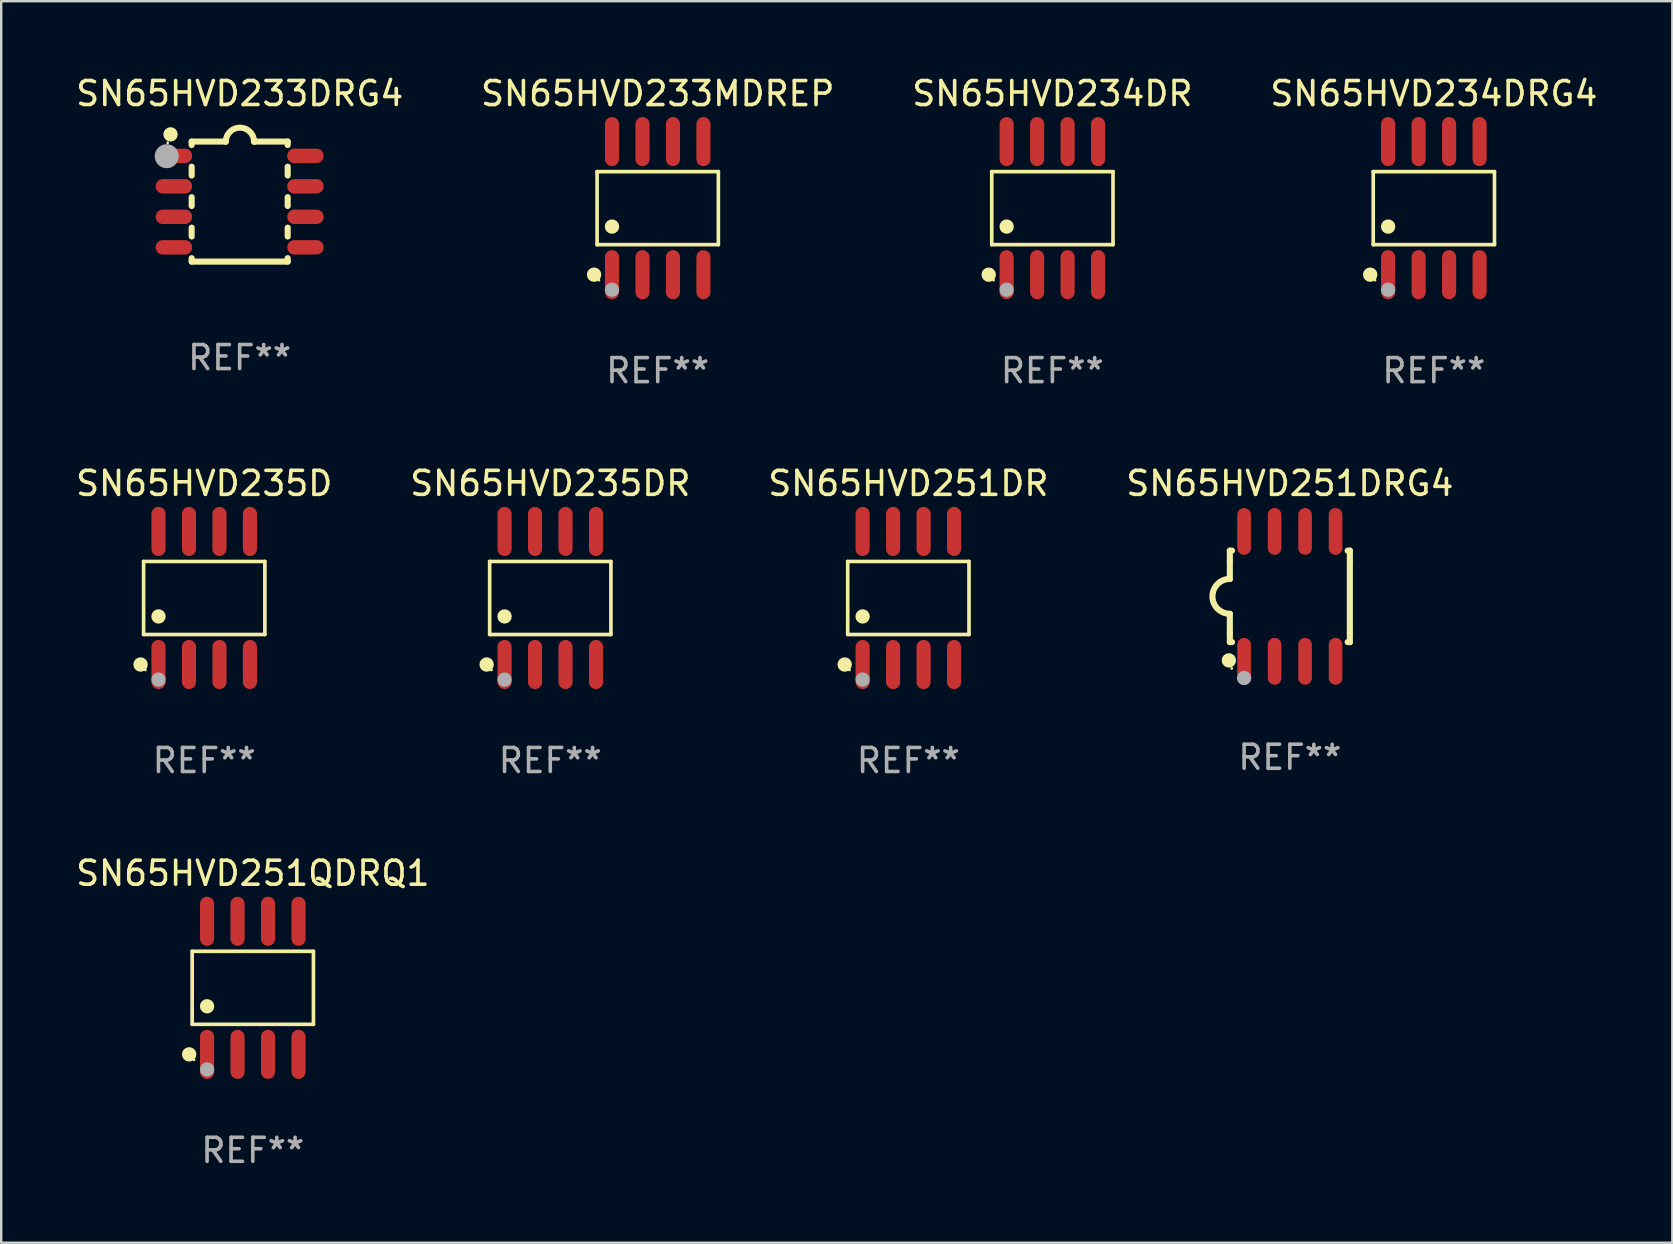
<source format=kicad_pcb>
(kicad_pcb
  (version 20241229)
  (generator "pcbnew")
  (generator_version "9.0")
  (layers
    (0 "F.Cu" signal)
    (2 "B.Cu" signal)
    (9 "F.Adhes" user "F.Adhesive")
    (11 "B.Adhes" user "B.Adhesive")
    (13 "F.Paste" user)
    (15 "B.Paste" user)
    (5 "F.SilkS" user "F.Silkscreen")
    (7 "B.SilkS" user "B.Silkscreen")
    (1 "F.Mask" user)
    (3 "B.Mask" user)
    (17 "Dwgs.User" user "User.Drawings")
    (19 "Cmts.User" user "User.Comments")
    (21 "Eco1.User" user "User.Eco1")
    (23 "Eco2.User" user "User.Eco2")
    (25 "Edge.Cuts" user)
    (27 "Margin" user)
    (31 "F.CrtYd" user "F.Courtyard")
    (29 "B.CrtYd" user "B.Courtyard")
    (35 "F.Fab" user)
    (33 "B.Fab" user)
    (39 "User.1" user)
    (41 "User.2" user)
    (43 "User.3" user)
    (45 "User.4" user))
  (footprint "SN65HVD233MDREP"
    (layer "F.Cu")
    (at 24.351 5.621)
    (property "Reference" "SN65HVD233MDREP" (at 0 -4.772 0) (layer "F.SilkS") (effects (font (size 1 1) (thickness 0.15))))
    (attr through_hole)
    (fp_line (start -2.526 -1.521) (end 2.526 -1.521) (stroke (width 0.152) (type solid)) (layer "F.SilkS"))
    (fp_line (start -2.526 1.521) (end -2.526 -1.521) (stroke (width 0.152) (type solid)) (layer "F.SilkS"))
    (fp_line (start 2.526 -1.521) (end 2.526 1.521) (stroke (width 0.152) (type solid)) (layer "F.SilkS"))
    (fp_line (start 2.526 1.521) (end -2.526 1.521) (stroke (width 0.152) (type solid)) (layer "F.SilkS"))
    (fp_circle (center -2.652 2.772) (end -2.501 2.772) (stroke (width 0.3) (type solid)) (fill no) (layer "F.SilkS"))
    (fp_circle (center -2.45 3) (end -2.42 3) (stroke (width 0.06) (type solid)) (fill no) (layer "F.SilkS"))
    (fp_circle (center -1.905 0.769) (end -1.755 0.769) (stroke (width 0.3) (type solid)) (fill no) (layer "F.SilkS"))
    (fp_circle (center -1.905 3.4) (end -1.755 3.4) (stroke (width 0.3) (type solid)) (fill no) (layer "F.Fab"))
    (fp_text user "REF**" (at 0 6.772 0) (layer "F.Fab") (effects (font (size 1 1) (thickness 0.15))))
    (pad "1" smd oval (at -1.905 2.772) (size 0.588 2.045) (layers "F.Cu" "F.Mask" "F.Paste"))
    (pad "2" smd oval (at -0.635 2.772) (size 0.588 2.045) (layers "F.Cu" "F.Mask" "F.Paste"))
    (pad "3" smd oval (at 0.635 2.772) (size 0.588 2.045) (layers "F.Cu" "F.Mask" "F.Paste"))
    (pad "4" smd oval (at 1.905 2.772) (size 0.588 2.045) (layers "F.Cu" "F.Mask" "F.Paste"))
    (pad "5" smd oval (at 1.905 -2.772) (size 0.588 2.045) (layers "F.Cu" "F.Mask" "F.Paste"))
    (pad "6" smd oval (at 0.635 -2.772) (size 0.588 2.045) (layers "F.Cu" "F.Mask" "F.Paste"))
    (pad "7" smd oval (at -0.635 -2.772) (size 0.588 2.045) (layers "F.Cu" "F.Mask" "F.Paste"))
    (pad "8" smd oval (at -1.905 -2.772) (size 0.588 2.045) (layers "F.Cu" "F.Mask" "F.Paste")))
  (footprint "SN65HVD235DR"
    (layer "F.Cu")
    (at 19.875 21.862)
    (property "Reference" "SN65HVD235DR" (at 0 -4.772 0) (layer "F.SilkS") (effects (font (size 1 1) (thickness 0.15))))
    (attr through_hole)
    (fp_line (start -2.526 -1.521) (end 2.526 -1.521) (stroke (width 0.152) (type solid)) (layer "F.SilkS"))
    (fp_line (start -2.526 1.521) (end -2.526 -1.521) (stroke (width 0.152) (type solid)) (layer "F.SilkS"))
    (fp_line (start 2.526 -1.521) (end 2.526 1.521) (stroke (width 0.152) (type solid)) (layer "F.SilkS"))
    (fp_line (start 2.526 1.521) (end -2.526 1.521) (stroke (width 0.152) (type solid)) (layer "F.SilkS"))
    (fp_circle (center -2.652 2.772) (end -2.501 2.772) (stroke (width 0.3) (type solid)) (fill no) (layer "F.SilkS"))
    (fp_circle (center -2.45 3) (end -2.42 3) (stroke (width 0.06) (type solid)) (fill no) (layer "F.SilkS"))
    (fp_circle (center -1.905 0.769) (end -1.755 0.769) (stroke (width 0.3) (type solid)) (fill no) (layer "F.SilkS"))
    (fp_circle (center -1.905 3.4) (end -1.755 3.4) (stroke (width 0.3) (type solid)) (fill no) (layer "F.Fab"))
    (fp_text user "REF**" (at 0 6.772 0) (layer "F.Fab") (effects (font (size 1 1) (thickness 0.15))))
    (pad "1" smd oval (at -1.905 2.772) (size 0.588 2.045) (layers "F.Cu" "F.Mask" "F.Paste"))
    (pad "2" smd oval (at -0.635 2.772) (size 0.588 2.045) (layers "F.Cu" "F.Mask" "F.Paste"))
    (pad "3" smd oval (at 0.635 2.772) (size 0.588 2.045) (layers "F.Cu" "F.Mask" "F.Paste"))
    (pad "4" smd oval (at 1.905 2.772) (size 0.588 2.045) (layers "F.Cu" "F.Mask" "F.Paste"))
    (pad "5" smd oval (at 1.905 -2.772) (size 0.588 2.045) (layers "F.Cu" "F.Mask" "F.Paste"))
    (pad "6" smd oval (at 0.635 -2.772) (size 0.588 2.045) (layers "F.Cu" "F.Mask" "F.Paste"))
    (pad "7" smd oval (at -0.635 -2.772) (size 0.588 2.045) (layers "F.Cu" "F.Mask" "F.Paste"))
    (pad "8" smd oval (at -1.905 -2.772) (size 0.588 2.045) (layers "F.Cu" "F.Mask" "F.Paste")))
  (footprint "SN65HVD251QDRQ1"
    (layer "F.Cu")
    (at 7.482 38.103)
    (property "Reference" "SN65HVD251QDRQ1" (at 0 -4.772 0) (layer "F.SilkS") (effects (font (size 1 1) (thickness 0.15))))
    (attr through_hole)
    (fp_line (start -2.526 -1.521) (end 2.526 -1.521) (stroke (width 0.152) (type solid)) (layer "F.SilkS"))
    (fp_line (start -2.526 1.521) (end -2.526 -1.521) (stroke (width 0.152) (type solid)) (layer "F.SilkS"))
    (fp_line (start 2.526 -1.521) (end 2.526 1.521) (stroke (width 0.152) (type solid)) (layer "F.SilkS"))
    (fp_line (start 2.526 1.521) (end -2.526 1.521) (stroke (width 0.152) (type solid)) (layer "F.SilkS"))
    (fp_circle (center -2.652 2.772) (end -2.501 2.772) (stroke (width 0.3) (type solid)) (fill no) (layer "F.SilkS"))
    (fp_circle (center -2.45 3) (end -2.42 3) (stroke (width 0.06) (type solid)) (fill no) (layer "F.SilkS"))
    (fp_circle (center -1.905 0.769) (end -1.755 0.769) (stroke (width 0.3) (type solid)) (fill no) (layer "F.SilkS"))
    (fp_circle (center -1.905 3.4) (end -1.755 3.4) (stroke (width 0.3) (type solid)) (fill no) (layer "F.Fab"))
    (fp_text user "REF**" (at 0 6.772 0) (layer "F.Fab") (effects (font (size 1 1) (thickness 0.15))))
    (pad "1" smd oval (at -1.905 2.772) (size 0.588 2.045) (layers "F.Cu" "F.Mask" "F.Paste"))
    (pad "2" smd oval (at -0.635 2.772) (size 0.588 2.045) (layers "F.Cu" "F.Mask" "F.Paste"))
    (pad "3" smd oval (at 0.635 2.772) (size 0.588 2.045) (layers "F.Cu" "F.Mask" "F.Paste"))
    (pad "4" smd oval (at 1.905 2.772) (size 0.588 2.045) (layers "F.Cu" "F.Mask" "F.Paste"))
    (pad "5" smd oval (at 1.905 -2.772) (size 0.588 2.045) (layers "F.Cu" "F.Mask" "F.Paste"))
    (pad "6" smd oval (at 0.635 -2.772) (size 0.588 2.045) (layers "F.Cu" "F.Mask" "F.Paste"))
    (pad "7" smd oval (at -0.635 -2.772) (size 0.588 2.045) (layers "F.Cu" "F.Mask" "F.Paste"))
    (pad "8" smd oval (at -1.905 -2.772) (size 0.588 2.045) (layers "F.Cu" "F.Mask" "F.Paste")))
  (footprint "SN65HVD251DRG4"
    (layer "F.Cu")
    (at 50.685 21.795)
    (property "Reference" "SN65HVD251DRG4" (at 0 -4.705 0) (layer "F.SilkS") (effects (font (size 1 1) (thickness 0.15))))
    (attr through_hole)
    (fp_line (start -2.5 -1.905) (end -2.409 -1.905) (stroke (width 0.254) (type solid)) (layer "F.SilkS"))
    (fp_line (start -2.5 -1.5) (end -2.5 -1.905) (stroke (width 0.254) (type solid)) (layer "F.SilkS"))
    (fp_line (start -2.5 -1.5) (end -2.5 -0.726) (stroke (width 0.254) (type solid)) (layer "F.SilkS"))
    (fp_line (start -2.5 1.5) (end -2.5 0.727) (stroke (width 0.254) (type solid)) (layer "F.SilkS"))
    (fp_line (start -2.5 1.5) (end -2.5 1.905) (stroke (width 0.254) (type solid)) (layer "F.SilkS"))
    (fp_line (start -2.5 1.905) (end -2.409 1.905) (stroke (width 0.254) (type solid)) (layer "F.SilkS"))
    (fp_line (start 2.5 -1.905) (end 2.409 -1.905) (stroke (width 0.254) (type solid)) (layer "F.SilkS"))
    (fp_line (start 2.5 -1.5) (end 2.5 -1.905) (stroke (width 0.254) (type solid)) (layer "F.SilkS"))
    (fp_line (start 2.5 -1.5) (end 2.5 1.5) (stroke (width 0.254) (type solid)) (layer "F.SilkS"))
    (fp_line (start 2.5 1.5) (end 2.5 1.905) (stroke (width 0.254) (type solid)) (layer "F.SilkS"))
    (fp_line (start 2.5 1.905) (end 2.409 1.905) (stroke (width 0.254) (type solid)) (layer "F.SilkS"))
    (fp_arc (start -2.5 0.726568) (mid -3.220316 -0.0023) (end -2.495097 -0.726289) (stroke (width 0.254001) (type solid)) (layer "F.SilkS"))
    (fp_circle (center -2.54 2.667) (end -2.39 2.667) (stroke (width 0.3) (type solid)) (fill no) (layer "F.SilkS"))
    (fp_circle (center -2.42 3) (end -2.39 3) (stroke (width 0.06) (type solid)) (fill no) (layer "F.SilkS"))
    (fp_circle (center -1.905 3.4) (end -1.755 3.4) (stroke (width 0.3) (type solid)) (fill no) (layer "F.Fab"))
    (fp_text user "REF**" (at 0 6.705 0) (layer "F.Fab") (effects (font (size 1 1) (thickness 0.15))))
    (pad "1" smd oval (at -1.905 2.705) (size 0.568 1.95) (layers "F.Cu" "F.Mask" "F.Paste"))
    (pad "2" smd oval (at -0.635 2.705) (size 0.568 1.95) (layers "F.Cu" "F.Mask" "F.Paste"))
    (pad "3" smd oval (at 0.635 2.705) (size 0.568 1.95) (layers "F.Cu" "F.Mask" "F.Paste"))
    (pad "4" smd oval (at 1.905 2.705) (size 0.568 1.95) (layers "F.Cu" "F.Mask" "F.Paste"))
    (pad "5" smd oval (at 1.905 -2.705) (size 0.568 1.95) (layers "F.Cu" "F.Mask" "F.Paste"))
    (pad "6" smd oval (at 0.635 -2.705) (size 0.568 1.95) (layers "F.Cu" "F.Mask" "F.Paste"))
    (pad "7" smd oval (at -0.635 -2.705) (size 0.568 1.95) (layers "F.Cu" "F.Mask" "F.Paste"))
    (pad "8" smd oval (at -1.905 -2.705) (size 0.568 1.95) (layers "F.Cu" "F.Mask" "F.Paste")))
  (footprint "SN65HVD234DRG4"
    (layer "F.Cu")
    (at 56.685 5.621)
    (property "Reference" "SN65HVD234DRG4" (at 0 -4.772 0) (layer "F.SilkS") (effects (font (size 1 1) (thickness 0.15))))
    (attr through_hole)
    (fp_line (start -2.526 -1.521) (end 2.526 -1.521) (stroke (width 0.152) (type solid)) (layer "F.SilkS"))
    (fp_line (start -2.526 1.521) (end -2.526 -1.521) (stroke (width 0.152) (type solid)) (layer "F.SilkS"))
    (fp_line (start 2.526 -1.521) (end 2.526 1.521) (stroke (width 0.152) (type solid)) (layer "F.SilkS"))
    (fp_line (start 2.526 1.521) (end -2.526 1.521) (stroke (width 0.152) (type solid)) (layer "F.SilkS"))
    (fp_circle (center -2.652 2.772) (end -2.501 2.772) (stroke (width 0.3) (type solid)) (fill no) (layer "F.SilkS"))
    (fp_circle (center -2.45 3) (end -2.42 3) (stroke (width 0.06) (type solid)) (fill no) (layer "F.SilkS"))
    (fp_circle (center -1.905 0.769) (end -1.755 0.769) (stroke (width 0.3) (type solid)) (fill no) (layer "F.SilkS"))
    (fp_circle (center -1.905 3.4) (end -1.755 3.4) (stroke (width 0.3) (type solid)) (fill no) (layer "F.Fab"))
    (fp_text user "REF**" (at 0 6.772 0) (layer "F.Fab") (effects (font (size 1 1) (thickness 0.15))))
    (pad "1" smd oval (at -1.905 2.772) (size 0.588 2.045) (layers "F.Cu" "F.Mask" "F.Paste"))
    (pad "2" smd oval (at -0.635 2.772) (size 0.588 2.045) (layers "F.Cu" "F.Mask" "F.Paste"))
    (pad "3" smd oval (at 0.635 2.772) (size 0.588 2.045) (layers "F.Cu" "F.Mask" "F.Paste"))
    (pad "4" smd oval (at 1.905 2.772) (size 0.588 2.045) (layers "F.Cu" "F.Mask" "F.Paste"))
    (pad "5" smd oval (at 1.905 -2.772) (size 0.588 2.045) (layers "F.Cu" "F.Mask" "F.Paste"))
    (pad "6" smd oval (at 0.635 -2.772) (size 0.588 2.045) (layers "F.Cu" "F.Mask" "F.Paste"))
    (pad "7" smd oval (at -0.635 -2.772) (size 0.588 2.045) (layers "F.Cu" "F.Mask" "F.Paste"))
    (pad "8" smd oval (at -1.905 -2.772) (size 0.588 2.045) (layers "F.Cu" "F.Mask" "F.Paste")))
  (footprint "SN65HVD235D"
    (layer "F.Cu")
    (at 5.458 21.862)
    (property "Reference" "SN65HVD235D" (at 0 -4.772 0) (layer "F.SilkS") (effects (font (size 1 1) (thickness 0.15))))
    (attr through_hole)
    (fp_line (start -2.526 -1.521) (end 2.526 -1.521) (stroke (width 0.152) (type solid)) (layer "F.SilkS"))
    (fp_line (start -2.526 1.521) (end -2.526 -1.521) (stroke (width 0.152) (type solid)) (layer "F.SilkS"))
    (fp_line (start 2.526 -1.521) (end 2.526 1.521) (stroke (width 0.152) (type solid)) (layer "F.SilkS"))
    (fp_line (start 2.526 1.521) (end -2.526 1.521) (stroke (width 0.152) (type solid)) (layer "F.SilkS"))
    (fp_circle (center -2.652 2.772) (end -2.501 2.772) (stroke (width 0.3) (type solid)) (fill no) (layer "F.SilkS"))
    (fp_circle (center -2.45 3) (end -2.42 3) (stroke (width 0.06) (type solid)) (fill no) (layer "F.SilkS"))
    (fp_circle (center -1.905 0.769) (end -1.755 0.769) (stroke (width 0.3) (type solid)) (fill no) (layer "F.SilkS"))
    (fp_circle (center -1.905 3.4) (end -1.755 3.4) (stroke (width 0.3) (type solid)) (fill no) (layer "F.Fab"))
    (fp_text user "REF**" (at 0 6.772 0) (layer "F.Fab") (effects (font (size 1 1) (thickness 0.15))))
    (pad "1" smd oval (at -1.905 2.772) (size 0.588 2.045) (layers "F.Cu" "F.Mask" "F.Paste"))
    (pad "2" smd oval (at -0.635 2.772) (size 0.588 2.045) (layers "F.Cu" "F.Mask" "F.Paste"))
    (pad "3" smd oval (at 0.635 2.772) (size 0.588 2.045) (layers "F.Cu" "F.Mask" "F.Paste"))
    (pad "4" smd oval (at 1.905 2.772) (size 0.588 2.045) (layers "F.Cu" "F.Mask" "F.Paste"))
    (pad "5" smd oval (at 1.905 -2.772) (size 0.588 2.045) (layers "F.Cu" "F.Mask" "F.Paste"))
    (pad "6" smd oval (at 0.635 -2.772) (size 0.588 2.045) (layers "F.Cu" "F.Mask" "F.Paste"))
    (pad "7" smd oval (at -0.635 -2.772) (size 0.588 2.045) (layers "F.Cu" "F.Mask" "F.Paste"))
    (pad "8" smd oval (at -1.905 -2.772) (size 0.588 2.045) (layers "F.Cu" "F.Mask" "F.Paste")))
  (footprint "SN65HVD233DRG4"
    (layer "F.Cu")
    (at 6.935 5.348)
    (property "Reference" "SN65HVD233DRG4" (at 0 -4.5 0) (layer "F.SilkS") (effects (font (size 1 1) (thickness 0.15))))
    (attr through_hole)
    (fp_line (start -2 -2.5) (end -2 -2.356) (stroke (width 0.254) (type solid)) (layer "F.SilkS"))
    (fp_line (start -2 -1.454) (end -2 -1.086) (stroke (width 0.254) (type solid)) (layer "F.SilkS"))
    (fp_line (start -2 -0.184) (end -2 0.184) (stroke (width 0.254) (type solid)) (layer "F.SilkS"))
    (fp_line (start -2 1.086) (end -2 1.454) (stroke (width 0.254) (type solid)) (layer "F.SilkS"))
    (fp_line (start -2 2.356) (end -2 2.5) (stroke (width 0.254) (type solid)) (layer "F.SilkS"))
    (fp_line (start -0.58 -2.5) (end -2 -2.5) (stroke (width 0.254) (type solid)) (layer "F.SilkS"))
    (fp_line (start 2 -2.5) (end 0.6 -2.5) (stroke (width 0.254) (type solid)) (layer "F.SilkS"))
    (fp_line (start 2 -2.5) (end 2 -2.356) (stroke (width 0.254) (type solid)) (layer "F.SilkS"))
    (fp_line (start 2 -1.454) (end 2 -1.086) (stroke (width 0.254) (type solid)) (layer "F.SilkS"))
    (fp_line (start 2 -0.184) (end 2 0.184) (stroke (width 0.254) (type solid)) (layer "F.SilkS"))
    (fp_line (start 2 1.086) (end 2 1.454) (stroke (width 0.254) (type solid)) (layer "F.SilkS"))
    (fp_line (start 2 2.356) (end 2 2.5) (stroke (width 0.254) (type solid)) (layer "F.SilkS"))
    (fp_line (start 2 2.5) (end -2 2.5) (stroke (width 0.254) (type solid)) (layer "F.SilkS"))
    (fp_arc (start -0.579908 -2.489992) (mid 0.010097 -3.07831) (end 0.600102 -2.489992) (stroke (width 0.254001) (type solid)) (layer "F.SilkS"))
    (fp_circle (center -3 -2.45) (end -2.97 -2.45) (stroke (width 0.06) (type solid)) (fill no) (layer "F.SilkS"))
    (fp_circle (center -2.88 -2.8) (end -2.73 -2.8) (stroke (width 0.3) (type solid)) (fill no) (layer "F.SilkS"))
    (fp_circle (center -3.04 -1.89) (end -2.79 -1.89) (stroke (width 0.5) (type solid)) (fill no) (layer "F.Fab"))
    (fp_text user "REF**" (at 0 6.5 0) (layer "F.Fab") (effects (font (size 1 1) (thickness 0.15))))
    (pad "1" smd oval (at -2.74 -1.905 90) (size 0.6 1.52) (layers "F.Cu" "F.Mask" "F.Paste"))
    (pad "2" smd oval (at -2.74 -0.635 90) (size 0.6 1.52) (layers "F.Cu" "F.Mask" "F.Paste"))
    (pad "3" smd oval (at -2.74 0.635 90) (size 0.6 1.52) (layers "F.Cu" "F.Mask" "F.Paste"))
    (pad "4" smd oval (at -2.74 1.905 90) (size 0.6 1.52) (layers "F.Cu" "F.Mask" "F.Paste"))
    (pad "5" smd oval (at 2.74 1.905 90) (size 0.6 1.52) (layers "F.Cu" "F.Mask" "F.Paste"))
    (pad "6" smd oval (at 2.74 0.635 90) (size 0.6 1.52) (layers "F.Cu" "F.Mask" "F.Paste"))
    (pad "7" smd oval (at 2.74 -0.635 90) (size 0.6 1.52) (layers "F.Cu" "F.Mask" "F.Paste"))
    (pad "8" smd oval (at 2.74 -1.905 90) (size 0.6 1.52) (layers "F.Cu" "F.Mask" "F.Paste")))
  (footprint "SN65HVD251DR"
    (layer "F.Cu")
    (at 34.792 21.862)
    (property "Reference" "SN65HVD251DR" (at 0 -4.772 0) (layer "F.SilkS") (effects (font (size 1 1) (thickness 0.15))))
    (attr through_hole)
    (fp_line (start -2.526 -1.521) (end 2.526 -1.521) (stroke (width 0.152) (type solid)) (layer "F.SilkS"))
    (fp_line (start -2.526 1.521) (end -2.526 -1.521) (stroke (width 0.152) (type solid)) (layer "F.SilkS"))
    (fp_line (start 2.526 -1.521) (end 2.526 1.521) (stroke (width 0.152) (type solid)) (layer "F.SilkS"))
    (fp_line (start 2.526 1.521) (end -2.526 1.521) (stroke (width 0.152) (type solid)) (layer "F.SilkS"))
    (fp_circle (center -2.652 2.772) (end -2.501 2.772) (stroke (width 0.3) (type solid)) (fill no) (layer "F.SilkS"))
    (fp_circle (center -2.45 3) (end -2.42 3) (stroke (width 0.06) (type solid)) (fill no) (layer "F.SilkS"))
    (fp_circle (center -1.905 0.769) (end -1.755 0.769) (stroke (width 0.3) (type solid)) (fill no) (layer "F.SilkS"))
    (fp_circle (center -1.905 3.4) (end -1.755 3.4) (stroke (width 0.3) (type solid)) (fill no) (layer "F.Fab"))
    (fp_text user "REF**" (at 0 6.772 0) (layer "F.Fab") (effects (font (size 1 1) (thickness 0.15))))
    (pad "1" smd oval (at -1.905 2.772) (size 0.588 2.045) (layers "F.Cu" "F.Mask" "F.Paste"))
    (pad "2" smd oval (at -0.635 2.772) (size 0.588 2.045) (layers "F.Cu" "F.Mask" "F.Paste"))
    (pad "3" smd oval (at 0.635 2.772) (size 0.588 2.045) (layers "F.Cu" "F.Mask" "F.Paste"))
    (pad "4" smd oval (at 1.905 2.772) (size 0.588 2.045) (layers "F.Cu" "F.Mask" "F.Paste"))
    (pad "5" smd oval (at 1.905 -2.772) (size 0.588 2.045) (layers "F.Cu" "F.Mask" "F.Paste"))
    (pad "6" smd oval (at 0.635 -2.772) (size 0.588 2.045) (layers "F.Cu" "F.Mask" "F.Paste"))
    (pad "7" smd oval (at -0.635 -2.772) (size 0.588 2.045) (layers "F.Cu" "F.Mask" "F.Paste"))
    (pad "8" smd oval (at -1.905 -2.772) (size 0.588 2.045) (layers "F.Cu" "F.Mask" "F.Paste")))
  (footprint "SN65HVD234DR"
    (layer "F.Cu")
    (at 40.792 5.621)
    (property "Reference" "SN65HVD234DR" (at 0 -4.772 0) (layer "F.SilkS") (effects (font (size 1 1) (thickness 0.15))))
    (attr through_hole)
    (fp_line (start -2.526 -1.521) (end 2.526 -1.521) (stroke (width 0.152) (type solid)) (layer "F.SilkS"))
    (fp_line (start -2.526 1.521) (end -2.526 -1.521) (stroke (width 0.152) (type solid)) (layer "F.SilkS"))
    (fp_line (start 2.526 -1.521) (end 2.526 1.521) (stroke (width 0.152) (type solid)) (layer "F.SilkS"))
    (fp_line (start 2.526 1.521) (end -2.526 1.521) (stroke (width 0.152) (type solid)) (layer "F.SilkS"))
    (fp_circle (center -2.652 2.772) (end -2.501 2.772) (stroke (width 0.3) (type solid)) (fill no) (layer "F.SilkS"))
    (fp_circle (center -2.45 3) (end -2.42 3) (stroke (width 0.06) (type solid)) (fill no) (layer "F.SilkS"))
    (fp_circle (center -1.905 0.769) (end -1.755 0.769) (stroke (width 0.3) (type solid)) (fill no) (layer "F.SilkS"))
    (fp_circle (center -1.905 3.4) (end -1.755 3.4) (stroke (width 0.3) (type solid)) (fill no) (layer "F.Fab"))
    (fp_text user "REF**" (at 0 6.772 0) (layer "F.Fab") (effects (font (size 1 1) (thickness 0.15))))
    (pad "1" smd oval (at -1.905 2.772) (size 0.588 2.045) (layers "F.Cu" "F.Mask" "F.Paste"))
    (pad "2" smd oval (at -0.635 2.772) (size 0.588 2.045) (layers "F.Cu" "F.Mask" "F.Paste"))
    (pad "3" smd oval (at 0.635 2.772) (size 0.588 2.045) (layers "F.Cu" "F.Mask" "F.Paste"))
    (pad "4" smd oval (at 1.905 2.772) (size 0.588 2.045) (layers "F.Cu" "F.Mask" "F.Paste"))
    (pad "5" smd oval (at 1.905 -2.772) (size 0.588 2.045) (layers "F.Cu" "F.Mask" "F.Paste"))
    (pad "6" smd oval (at 0.635 -2.772) (size 0.588 2.045) (layers "F.Cu" "F.Mask" "F.Paste"))
    (pad "7" smd oval (at -0.635 -2.772) (size 0.588 2.045) (layers "F.Cu" "F.Mask" "F.Paste"))
    (pad "8" smd oval (at -1.905 -2.772) (size 0.588 2.045) (layers "F.Cu" "F.Mask" "F.Paste")))
  (gr_rect
    (start -3 -3)
    (end 66.619 48.724)
    (stroke (width 0.1) (type default))
    (fill no)
    (layer "Edge.Cuts")))
</source>
